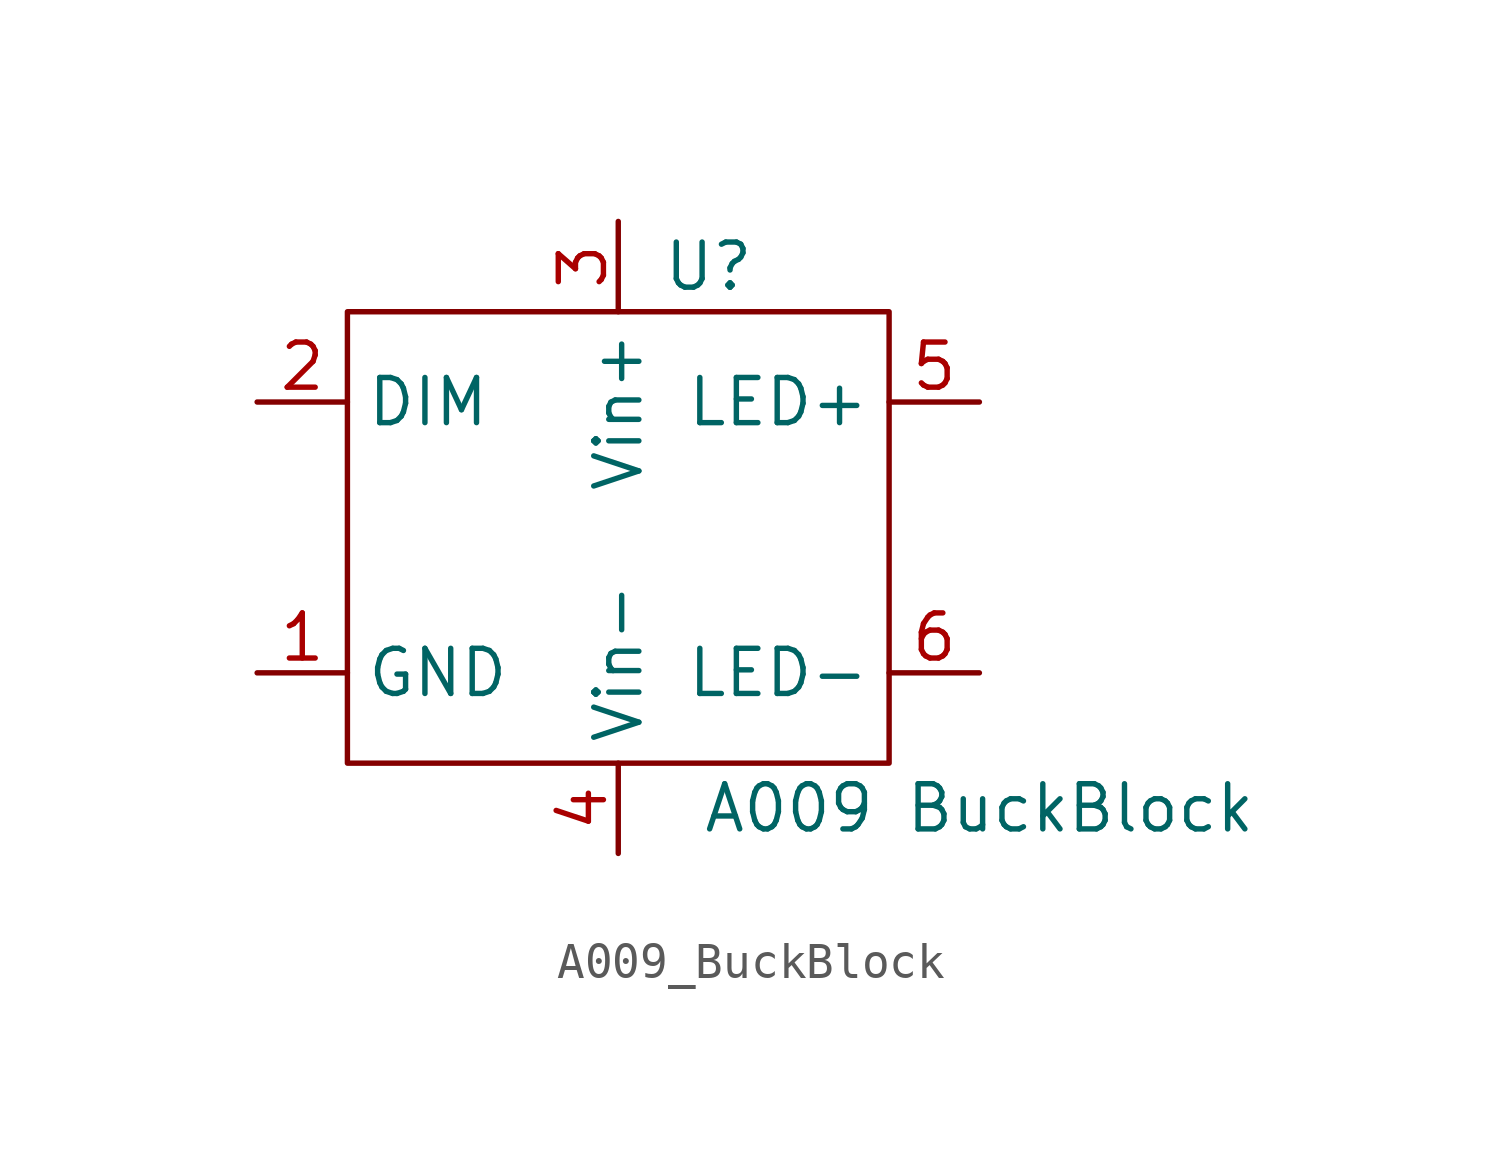
<source format=kicad_sym>
(kicad_symbol_lib
  (version 20220914)
  (generator kicad_symbol_editor)
  (symbol "A009_BuckBlock"
    (property "Reference" "U"
      (at 2.54 7.62 0)
      (effects (font (size 1.27 1.27))))
    (property "Value" "A009 BuckBlock"
      (at 10.16 -7.62 0)
      (effects (font (size 1.27 1.27))))
    (symbol "A009_BuckBlock_0_1"
      (rectangle (start -7.62 6.35) (end 7.62 -6.35) (stroke (width 0) (type default)) (fill (type none))))
    (symbol "A009_BuckBlock_1_1"
      (pin input line (at -10.16 -3.81 0) (length 2.54) (name "GND" (effects (font (size 1.27 1.27)))) (number "1" (effects (font (size 1.27 1.27)))))
      (pin input line (at -10.16 3.81 0) (length 2.54) (name "DIM" (effects (font (size 1.27 1.27)))) (number "2" (effects (font (size 1.27 1.27)))))
      (pin power_in line (at 0 8.89 270) (length 2.54) (name "Vin+" (effects (font (size 1.27 1.27)))) (number "3" (effects (font (size 1.27 1.27)))))
      (pin power_in line (at 0 -8.89 90) (length 2.54) (name "Vin-" (effects (font (size 1.27 1.27)))) (number "4" (effects (font (size 1.27 1.27)))))
      (pin output line (at 10.16 3.81 180) (length 2.54) (name "LED+" (effects (font (size 1.27 1.27)))) (number "5" (effects (font (size 1.27 1.27)))))
      (pin output line (at 10.16 -3.81 180) (length 2.54) (name "LED-" (effects (font (size 1.27 1.27)))) (number "6" (effects (font (size 1.27 1.27))))))))
</source>
